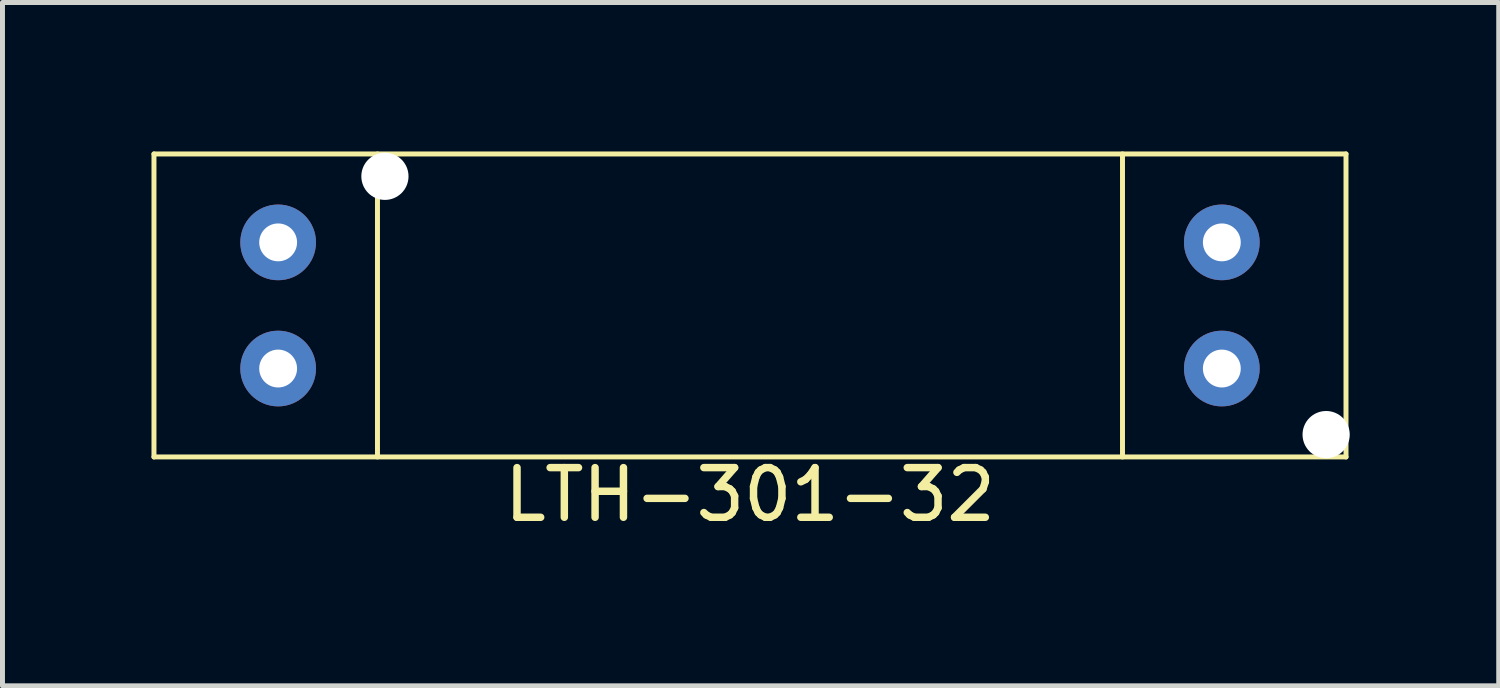
<source format=kicad_pcb>
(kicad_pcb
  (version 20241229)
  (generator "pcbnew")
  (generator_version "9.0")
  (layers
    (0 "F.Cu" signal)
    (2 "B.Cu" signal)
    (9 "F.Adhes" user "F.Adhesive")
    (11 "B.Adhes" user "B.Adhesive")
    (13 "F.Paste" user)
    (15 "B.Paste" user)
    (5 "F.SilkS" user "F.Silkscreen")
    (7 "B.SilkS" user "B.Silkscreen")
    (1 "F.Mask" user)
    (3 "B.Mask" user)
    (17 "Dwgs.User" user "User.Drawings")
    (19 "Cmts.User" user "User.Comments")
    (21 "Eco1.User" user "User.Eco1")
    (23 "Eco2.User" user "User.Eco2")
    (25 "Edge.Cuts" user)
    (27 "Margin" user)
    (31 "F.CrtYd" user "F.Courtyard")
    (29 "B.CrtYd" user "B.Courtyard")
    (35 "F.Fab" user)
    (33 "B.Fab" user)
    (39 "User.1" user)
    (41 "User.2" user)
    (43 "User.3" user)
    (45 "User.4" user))
  (footprint "LTH-301-32"
    (layer "F.Cu")
    (at 12.05 3.1)
    (property "Reference" "LTH-301-32" (at 0 3.81 0) (layer "F.SilkS") (effects (font (size 1 1) (thickness 0.15))))
    (attr through_hole)
    (fp_line (start -12 -3.05) (end 12 -3.05) (stroke (width 0.1) (type solid)) (layer "F.SilkS"))
    (fp_line (start -12 3.05) (end -12 -3.05) (stroke (width 0.1) (type solid)) (layer "F.SilkS"))
    (fp_line (start -7.5 -3.05) (end -7.5 3.05) (stroke (width 0.1) (type solid)) (layer "F.SilkS"))
    (fp_line (start 7.5 -3.05) (end 7.5 3.05) (stroke (width 0.1) (type solid)) (layer "F.SilkS"))
    (fp_line (start 12 -3.05) (end 12 3.05) (stroke (width 0.1) (type solid)) (layer "F.SilkS"))
    (fp_line (start 12 3.05) (end -12 3.05) (stroke (width 0.1) (type solid)) (layer "F.SilkS"))
    (pad "" np_thru_hole circle (at -7.35 -2.6) (size 0.95 0.95) (drill 0.95) (layers "*.Cu"))
    (pad "" np_thru_hole circle (at 11.6 2.6) (size 0.95 0.95) (drill 0.95) (layers "*.Cu"))
    (pad "1" thru_hole circle (at -9.5 -1.27) (size 1.524 1.524) (drill 0.762) (layers "*.Cu" "*.Mask"))
    (pad "2" thru_hole circle (at -9.5 1.27) (size 1.524 1.524) (drill 0.762) (layers "*.Cu" "*.Mask"))
    (pad "3" thru_hole circle (at 9.5 1.27) (size 1.524 1.524) (drill 0.762) (layers "*.Cu" "*.Mask"))
    (pad "4" thru_hole circle (at 9.5 -1.27) (size 1.524 1.524) (drill 0.762) (layers "*.Cu" "*.Mask")))
  (gr_rect
    (start -3 -3)
    (end 27.125 10.758)
    (stroke (width 0.1) (type default))
    (fill no)
    (layer "Edge.Cuts")))
</source>
